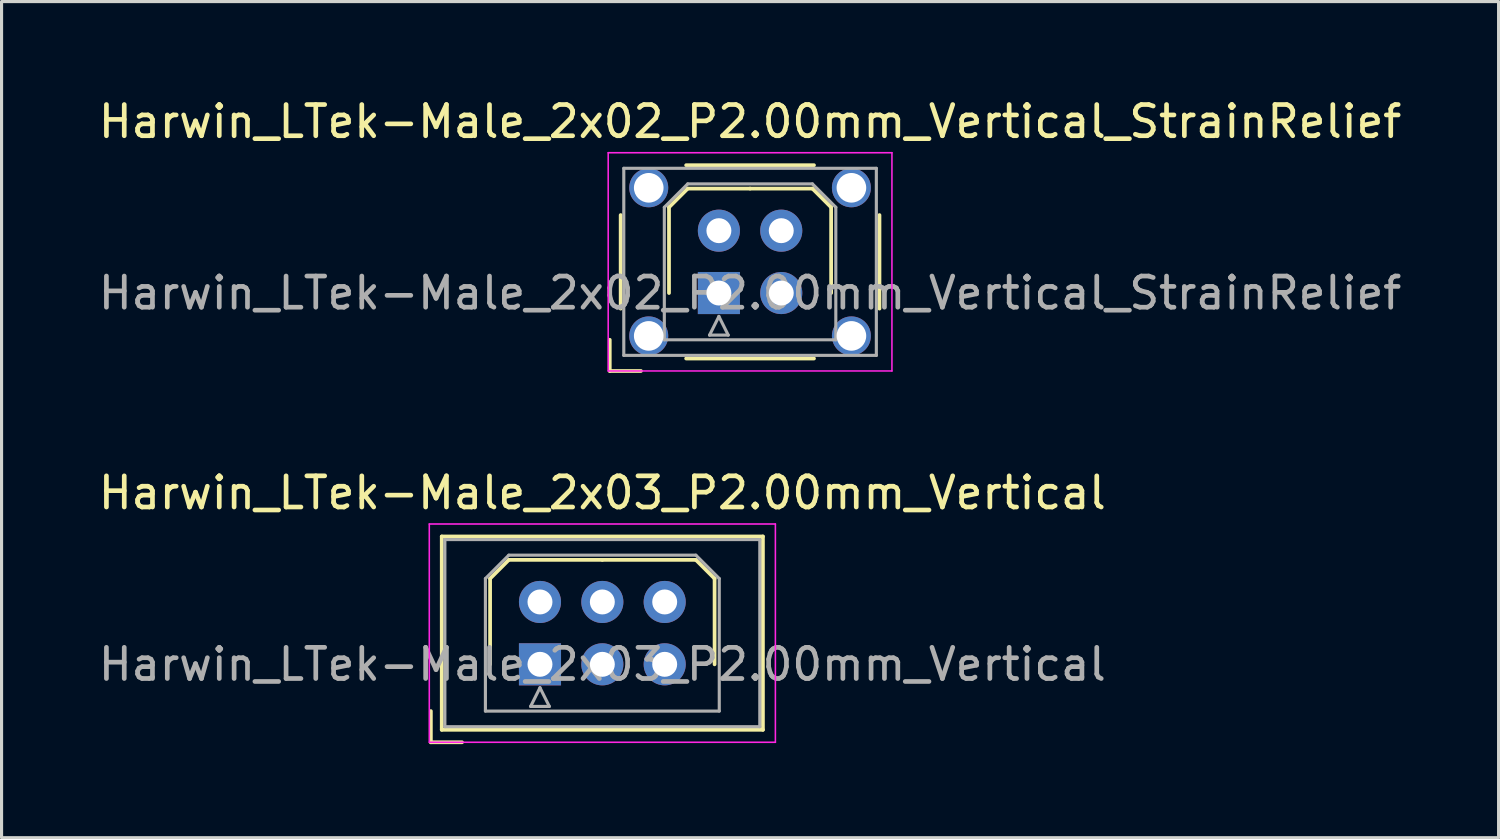
<source format=kicad_pcb>
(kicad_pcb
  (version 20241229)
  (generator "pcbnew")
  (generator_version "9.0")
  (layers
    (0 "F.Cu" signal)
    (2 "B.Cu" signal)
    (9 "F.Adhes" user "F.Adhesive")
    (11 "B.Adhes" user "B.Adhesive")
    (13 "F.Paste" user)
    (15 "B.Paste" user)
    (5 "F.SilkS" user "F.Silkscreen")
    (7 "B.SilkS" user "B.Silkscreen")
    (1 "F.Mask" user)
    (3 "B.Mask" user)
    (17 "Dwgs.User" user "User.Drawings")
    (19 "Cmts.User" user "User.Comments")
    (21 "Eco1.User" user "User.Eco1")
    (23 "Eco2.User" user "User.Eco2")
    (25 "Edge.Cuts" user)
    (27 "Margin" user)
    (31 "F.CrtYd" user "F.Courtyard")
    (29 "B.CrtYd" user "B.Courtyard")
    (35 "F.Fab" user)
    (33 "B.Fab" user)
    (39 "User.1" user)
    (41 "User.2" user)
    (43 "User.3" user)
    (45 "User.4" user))
  (footprint "Harwin_LTek-Male_2x02_P2.00mm_Vertical_StrainRelief"
    (layer "F.Cu")
    (at 20.006 6.348)
    (property "Reference" "Harwin_LTek-Male_2x02_P2.00mm_Vertical_StrainRelief" (at 1 -5.5 0) (layer "F.SilkS") (effects (font (size 1 1) (thickness 0.15))))
    (attr through_hole)
    (fp_line (start -3.5 1.5) (end -3.5 2.5) (stroke (width 0.12) (type solid)) (layer "F.SilkS"))
    (fp_line (start -3.5 2.5) (end -2.5 2.5) (stroke (width 0.12) (type solid)) (layer "F.SilkS"))
    (fp_line (start -3.15 -2.5) (end -3.15 0.5) (stroke (width 0.12) (type solid)) (layer "F.SilkS"))
    (fp_line (start -1.6 -2.75) (end -1 -3.35) (stroke (width 0.12) (type solid)) (layer "F.SilkS"))
    (fp_line (start -1.6 0) (end -1.6 -2.75) (stroke (width 0.12) (type solid)) (layer "F.SilkS"))
    (fp_line (start -1.05 -4.1) (end 3.05 -4.1) (stroke (width 0.12) (type solid)) (layer "F.SilkS"))
    (fp_line (start -1.05 2.1) (end 3.05 2.1) (stroke (width 0.12) (type solid)) (layer "F.SilkS"))
    (fp_line (start -1 -3.35) (end 1 -3.35) (stroke (width 0.12) (type solid)) (layer "F.SilkS"))
    (fp_line (start 3 -3.35) (end 1 -3.35) (stroke (width 0.12) (type solid)) (layer "F.SilkS"))
    (fp_line (start 3.6 -2.75) (end 3 -3.35) (stroke (width 0.12) (type solid)) (layer "F.SilkS"))
    (fp_line (start 3.6 0) (end 3.6 -2.75) (stroke (width 0.12) (type solid)) (layer "F.SilkS"))
    (fp_line (start 5.15 -2.5) (end 5.15 0.5) (stroke (width 0.12) (type solid)) (layer "F.SilkS"))
    (fp_line (start -3.55 -4.5) (end -3.55 2.5) (stroke (width 0.05) (type solid)) (layer "F.CrtYd"))
    (fp_line (start -3.55 2.5) (end 5.55 2.5) (stroke (width 0.05) (type solid)) (layer "F.CrtYd"))
    (fp_line (start 5.55 -4.5) (end -3.55 -4.5) (stroke (width 0.05) (type solid)) (layer "F.CrtYd"))
    (fp_line (start 5.55 2.5) (end 5.55 -4.5) (stroke (width 0.05) (type solid)) (layer "F.CrtYd"))
    (fp_line (start -3.05 -4) (end -3.05 2) (stroke (width 0.1) (type solid)) (layer "F.Fab"))
    (fp_line (start -3.05 2) (end 5.05 2) (stroke (width 0.1) (type solid)) (layer "F.Fab"))
    (fp_line (start -1.75 -2.75) (end -1 -3.5) (stroke (width 0.1) (type solid)) (layer "F.Fab"))
    (fp_line (start -1.75 1.5) (end -1.75 -2.75) (stroke (width 0.1) (type solid)) (layer "F.Fab"))
    (fp_line (start -1 -3.5) (end 3 -3.5) (stroke (width 0.1) (type solid)) (layer "F.Fab"))
    (fp_line (start -0.3 1.35) (end 0.3 1.35) (stroke (width 0.1) (type solid)) (layer "F.Fab"))
    (fp_line (start 0 0.75) (end -0.3 1.35) (stroke (width 0.1) (type solid)) (layer "F.Fab"))
    (fp_line (start 0.3 1.35) (end 0 0.75) (stroke (width 0.1) (type solid)) (layer "F.Fab"))
    (fp_line (start 3 -3.5) (end 3.75 -2.75) (stroke (width 0.1) (type solid)) (layer "F.Fab"))
    (fp_line (start 3.75 -2.75) (end 3.75 1.5) (stroke (width 0.1) (type solid)) (layer "F.Fab"))
    (fp_line (start 3.75 1.5) (end -1.75 1.5) (stroke (width 0.1) (type solid)) (layer "F.Fab"))
    (fp_line (start 5.05 -4) (end -3.05 -4) (stroke (width 0.1) (type solid)) (layer "F.Fab"))
    (fp_line (start 5.05 2) (end 5.05 -4) (stroke (width 0.1) (type solid)) (layer "F.Fab"))
    (fp_text user "${REFERENCE}" (at 1 0 0) (layer "F.Fab") (effects (font (size 1 1) (thickness 0.15))))
    (pad "" thru_hole circle (at -2.25 -3.375) (size 1.25 1.25) (drill 0.95) (layers "*.Cu" "*.Mask"))
    (pad "" thru_hole circle (at -2.25 1.375) (size 1.25 1.25) (drill 0.95) (layers "*.Cu" "*.Mask"))
    (pad "" thru_hole circle (at 4.25 -3.375) (size 1.25 1.25) (drill 0.95) (layers "*.Cu" "*.Mask"))
    (pad "" thru_hole circle (at 4.25 1.375) (size 1.25 1.25) (drill 0.95) (layers "*.Cu" "*.Mask"))
    (pad "1" thru_hole rect (at 0 0) (size 1.35 1.35) (drill 0.8) (layers "*.Cu" "*.Mask"))
    (pad "2" thru_hole circle (at 0 -2) (size 1.35 1.35) (drill 0.8) (layers "*.Cu" "*.Mask"))
    (pad "3" thru_hole circle (at 2 0) (size 1.35 1.35) (drill 0.8) (layers "*.Cu" "*.Mask"))
    (pad "4" thru_hole circle (at 2 -2) (size 1.35 1.35) (drill 0.8) (layers "*.Cu" "*.Mask")))
  (footprint "Harwin_LTek-Male_2x03_P2.00mm_Vertical"
    (layer "F.Cu")
    (at 14.268 18.256)
    (property "Reference" "Harwin_LTek-Male_2x03_P2.00mm_Vertical" (at 2 -5.5 0) (layer "F.SilkS") (effects (font (size 1 1) (thickness 0.15))))
    (attr through_hole)
    (fp_line (start -3.5 1.5) (end -3.5 2.5) (stroke (width 0.12) (type solid)) (layer "F.SilkS"))
    (fp_line (start -3.5 2.5) (end -2.5 2.5) (stroke (width 0.12) (type solid)) (layer "F.SilkS"))
    (fp_line (start -3.15 -4.1) (end -3.15 2.1) (stroke (width 0.12) (type solid)) (layer "F.SilkS"))
    (fp_line (start -3.15 2.1) (end 7.15 2.1) (stroke (width 0.12) (type solid)) (layer "F.SilkS"))
    (fp_line (start -1.6 -2.75) (end -1 -3.35) (stroke (width 0.12) (type solid)) (layer "F.SilkS"))
    (fp_line (start -1.6 0) (end -1.6 -2.75) (stroke (width 0.12) (type solid)) (layer "F.SilkS"))
    (fp_line (start -1 -3.35) (end 2 -3.35) (stroke (width 0.12) (type solid)) (layer "F.SilkS"))
    (fp_line (start 5 -3.35) (end 2 -3.35) (stroke (width 0.12) (type solid)) (layer "F.SilkS"))
    (fp_line (start 5.6 -2.75) (end 5 -3.35) (stroke (width 0.12) (type solid)) (layer "F.SilkS"))
    (fp_line (start 5.6 0) (end 5.6 -2.75) (stroke (width 0.12) (type solid)) (layer "F.SilkS"))
    (fp_line (start 7.15 -4.1) (end -3.15 -4.1) (stroke (width 0.12) (type solid)) (layer "F.SilkS"))
    (fp_line (start 7.15 2.1) (end 7.15 -4.1) (stroke (width 0.12) (type solid)) (layer "F.SilkS"))
    (fp_line (start -3.55 -4.5) (end -3.55 2.5) (stroke (width 0.05) (type solid)) (layer "F.CrtYd"))
    (fp_line (start -3.55 2.5) (end 7.55 2.5) (stroke (width 0.05) (type solid)) (layer "F.CrtYd"))
    (fp_line (start 7.55 -4.5) (end -3.55 -4.5) (stroke (width 0.05) (type solid)) (layer "F.CrtYd"))
    (fp_line (start 7.55 2.5) (end 7.55 -4.5) (stroke (width 0.05) (type solid)) (layer "F.CrtYd"))
    (fp_line (start -3.05 -4) (end -3.05 2) (stroke (width 0.1) (type solid)) (layer "F.Fab"))
    (fp_line (start -3.05 2) (end 7.05 2) (stroke (width 0.1) (type solid)) (layer "F.Fab"))
    (fp_line (start -1.75 -2.75) (end -1 -3.5) (stroke (width 0.1) (type solid)) (layer "F.Fab"))
    (fp_line (start -1.75 1.5) (end -1.75 -2.75) (stroke (width 0.1) (type solid)) (layer "F.Fab"))
    (fp_line (start -1 -3.5) (end 5 -3.5) (stroke (width 0.1) (type solid)) (layer "F.Fab"))
    (fp_line (start -0.3 1.35) (end 0.3 1.35) (stroke (width 0.1) (type solid)) (layer "F.Fab"))
    (fp_line (start 0 0.75) (end -0.3 1.35) (stroke (width 0.1) (type solid)) (layer "F.Fab"))
    (fp_line (start 0.3 1.35) (end 0 0.75) (stroke (width 0.1) (type solid)) (layer "F.Fab"))
    (fp_line (start 5 -3.5) (end 5.75 -2.75) (stroke (width 0.1) (type solid)) (layer "F.Fab"))
    (fp_line (start 5.75 -2.75) (end 5.75 1.5) (stroke (width 0.1) (type solid)) (layer "F.Fab"))
    (fp_line (start 5.75 1.5) (end -1.75 1.5) (stroke (width 0.1) (type solid)) (layer "F.Fab"))
    (fp_line (start 7.05 -4) (end -3.05 -4) (stroke (width 0.1) (type solid)) (layer "F.Fab"))
    (fp_line (start 7.05 2) (end 7.05 -4) (stroke (width 0.1) (type solid)) (layer "F.Fab"))
    (fp_text user "${REFERENCE}" (at 2 0 0) (layer "F.Fab") (effects (font (size 1 1) (thickness 0.15))))
    (pad "1" thru_hole rect (at 0 0) (size 1.35 1.35) (drill 0.8) (layers "*.Cu" "*.Mask"))
    (pad "2" thru_hole circle (at 0 -2) (size 1.35 1.35) (drill 0.8) (layers "*.Cu" "*.Mask"))
    (pad "3" thru_hole circle (at 2 0) (size 1.35 1.35) (drill 0.8) (layers "*.Cu" "*.Mask"))
    (pad "4" thru_hole circle (at 2 -2) (size 1.35 1.35) (drill 0.8) (layers "*.Cu" "*.Mask"))
    (pad "5" thru_hole circle (at 4 0) (size 1.35 1.35) (drill 0.8) (layers "*.Cu" "*.Mask"))
    (pad "6" thru_hole circle (at 4 -2) (size 1.35 1.35) (drill 0.8) (layers "*.Cu" "*.Mask")))
  (gr_rect
    (start -3 -3)
    (end 45.012 23.817)
    (stroke (width 0.1) (type default))
    (fill no)
    (layer "Edge.Cuts")))
</source>
